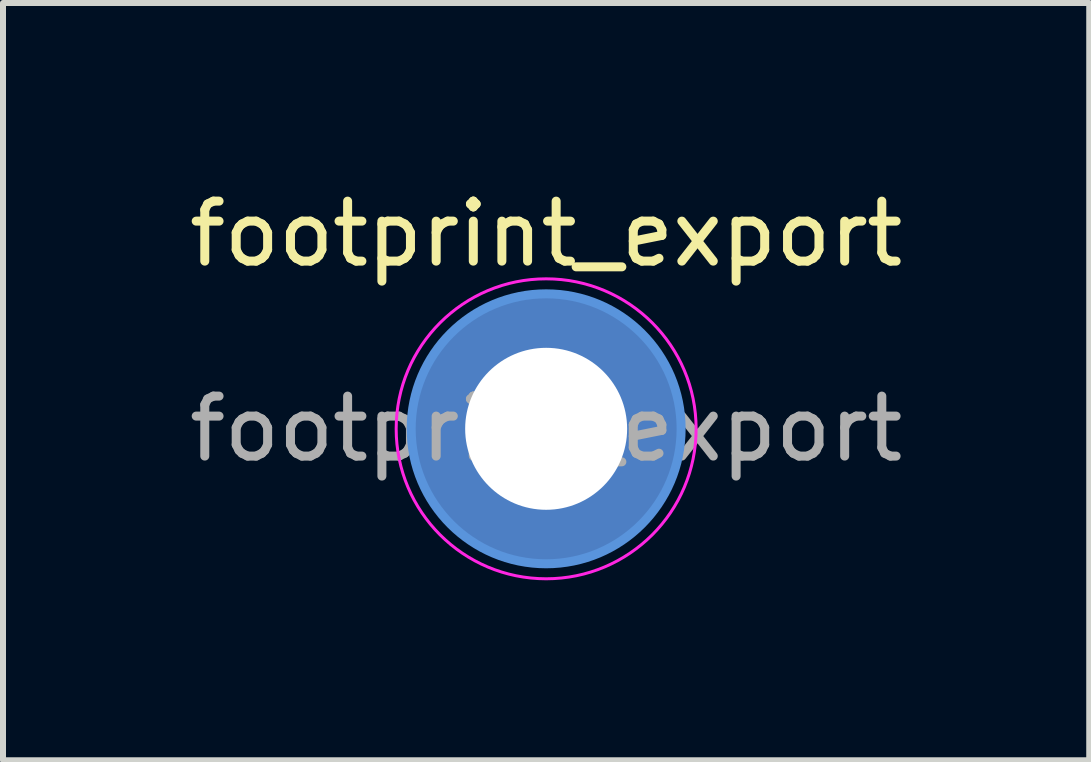
<source format=kicad_pcb>
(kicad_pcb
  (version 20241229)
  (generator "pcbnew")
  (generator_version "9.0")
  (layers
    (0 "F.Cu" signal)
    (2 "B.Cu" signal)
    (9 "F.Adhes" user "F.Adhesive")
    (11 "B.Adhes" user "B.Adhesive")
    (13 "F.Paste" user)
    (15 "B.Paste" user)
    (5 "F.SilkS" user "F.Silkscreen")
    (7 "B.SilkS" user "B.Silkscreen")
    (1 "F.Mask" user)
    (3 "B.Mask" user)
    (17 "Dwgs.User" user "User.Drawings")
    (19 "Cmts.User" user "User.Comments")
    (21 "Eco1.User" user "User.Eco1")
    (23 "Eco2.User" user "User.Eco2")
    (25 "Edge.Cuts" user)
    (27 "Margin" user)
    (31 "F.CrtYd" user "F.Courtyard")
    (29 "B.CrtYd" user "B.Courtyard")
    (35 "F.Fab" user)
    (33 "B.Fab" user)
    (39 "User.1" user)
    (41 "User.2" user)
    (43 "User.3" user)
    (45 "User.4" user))
  (footprint "footprint_export"
    (layer "F.Cu")
    (at 6.054 4.098)
    (property "Reference" "footprint_export" (at 0 -3.25 0) (layer "F.SilkS") (effects (font (size 1 1) (thickness 0.15))))
    (attr exclude_from_pos_files exclude_from_bom)
    (fp_circle (center 0 0) (end 2.25 0) (stroke (width 0.15) (type solid)) (fill no) (layer "Cmts.User"))
    (fp_circle (center 0 0) (end 2.5 0) (stroke (width 0.05) (type solid)) (fill no) (layer "F.CrtYd"))
    (fp_text user "${REFERENCE}" (at 0 0 0) (layer "F.Fab") (effects (font (size 1 1) (thickness 0.15))))
    (pad "1" thru_hole circle (at 0 0) (size 3.1 3.1) (drill 2.7) (layers "*.Cu" "*.Mask"))
    (pad "1" connect circle (at 0 0) (size 4.5 4.5) (layers "F.Cu" "F.Mask"))
    (pad "1" connect circle (at 0 0) (size 4.5 4.5) (layers "B.Cu" "B.Mask")))
  (gr_rect
    (start -3 -3)
    (end 15.107 9.623)
    (stroke (width 0.1) (type default))
    (fill no)
    (layer "Edge.Cuts")))
</source>
